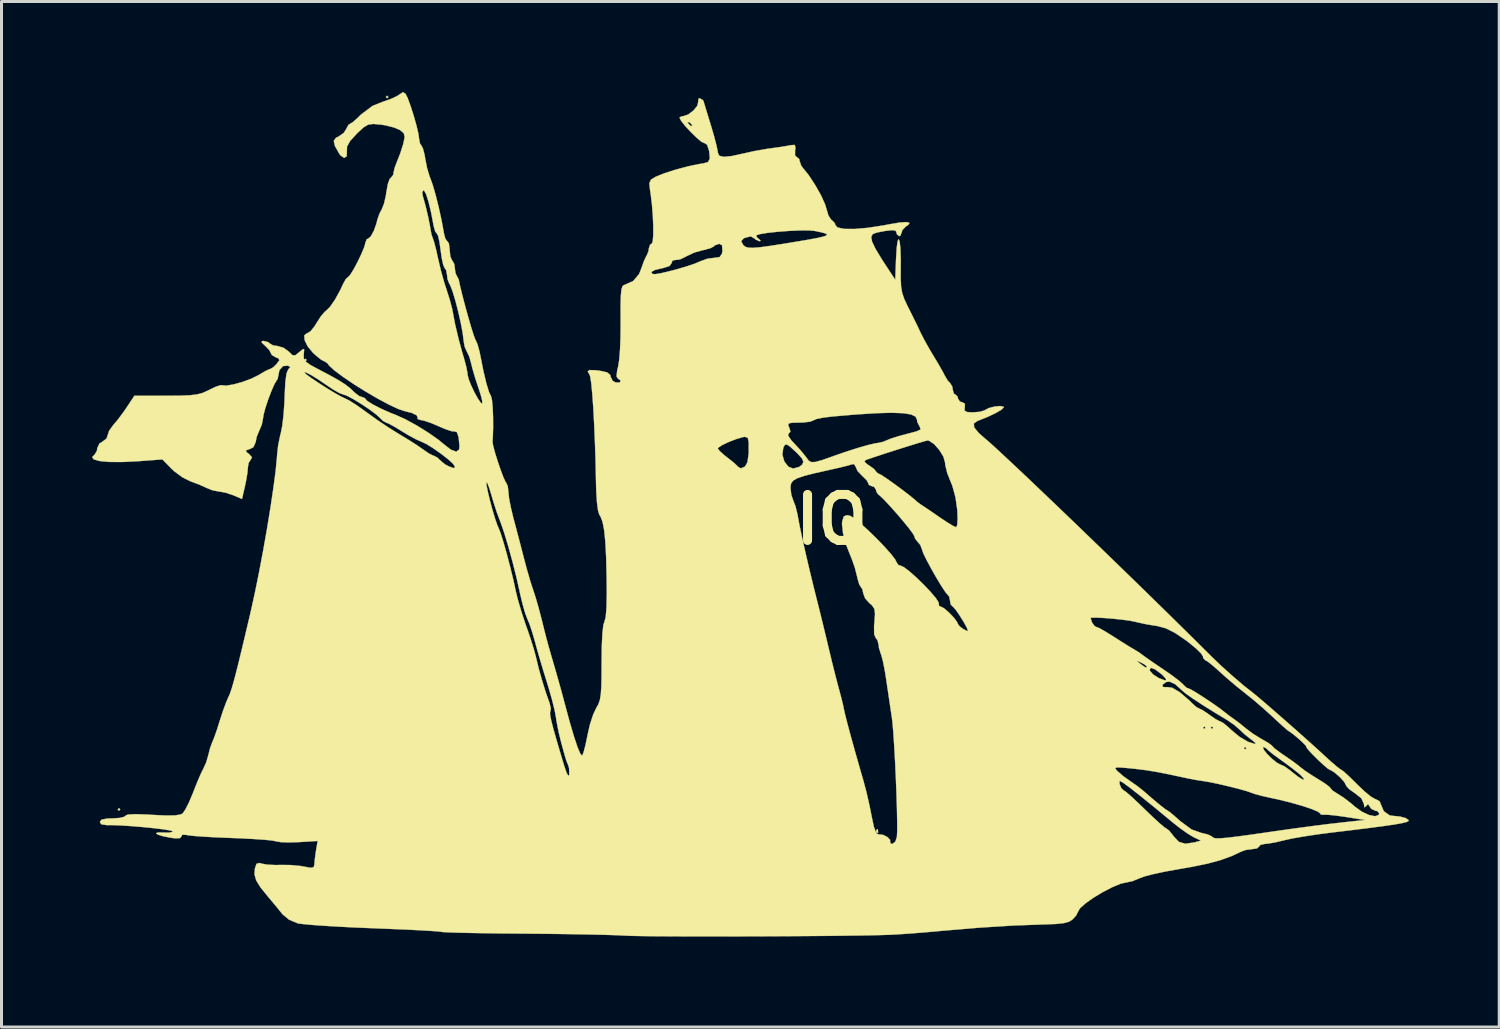
<source format=kicad_pcb>
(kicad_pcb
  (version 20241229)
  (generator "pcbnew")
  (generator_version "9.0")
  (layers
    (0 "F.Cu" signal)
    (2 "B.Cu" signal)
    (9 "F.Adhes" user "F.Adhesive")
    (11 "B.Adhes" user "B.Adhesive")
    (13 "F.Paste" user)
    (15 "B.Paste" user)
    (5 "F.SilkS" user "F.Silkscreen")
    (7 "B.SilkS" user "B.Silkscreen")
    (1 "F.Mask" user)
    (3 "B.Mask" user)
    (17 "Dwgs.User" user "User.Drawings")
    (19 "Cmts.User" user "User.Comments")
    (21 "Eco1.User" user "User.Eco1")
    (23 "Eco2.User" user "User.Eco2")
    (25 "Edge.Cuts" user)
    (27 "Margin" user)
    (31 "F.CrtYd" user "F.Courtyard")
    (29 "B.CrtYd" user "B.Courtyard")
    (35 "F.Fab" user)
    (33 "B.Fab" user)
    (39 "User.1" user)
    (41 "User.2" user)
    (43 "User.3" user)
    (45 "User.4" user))
  (footprint "Logo_IO"
    (layer "F.Cu")
    (at 21.257 14.178)
    (property "Reference" "Logo_IO" (at 0 0 0) (layer "F.SilkS") (effects (font (size 1.524 1.524) (thickness 0.3))))
    (attr through_hole)
    (fp_poly (pts (xy -20.32 9.61) (xy -20.362 9.652) (xy -20.405 9.61) (xy -20.362 9.567) (xy -20.32 9.61)) (stroke (width 0.01) (type solid)) (fill yes) (layer "F.SilkS"))
    (fp_poly (pts (xy -14.139 -5.292) (xy -14.182 -5.249) (xy -14.224 -5.292) (xy -14.182 -5.334) (xy -14.139 -5.292)) (stroke (width 0.01) (type solid)) (fill yes) (layer "F.SilkS"))
    (fp_poly (pts (xy -11.43 -14.012) (xy -11.472 -13.97) (xy -11.515 -14.012) (xy -11.472 -14.055) (xy -11.43 -14.012)) (stroke (width 0.01) (type solid)) (fill yes) (layer "F.SilkS"))
    (fp_poly (pts (xy 4.798 10.273) (xy 4.808 10.373) (xy 4.798 10.386) (xy 4.747 10.374) (xy 4.741 10.329) (xy 4.772 10.26) (xy 4.798 10.273)) (stroke (width 0.01) (type solid)) (fill yes) (layer "F.SilkS"))
    (fp_poly (pts (xy -10.86 -14.116) (xy -10.787 -13.969) (xy -10.693 -13.711) (xy -10.592 -13.394) (xy -10.501 -13.073) (xy -10.436 -12.801) (xy -10.414 -12.639) (xy -10.383 -12.472) (xy -10.339 -12.41) (xy -10.284 -12.305) (xy -10.229 -12.092) (xy -10.207 -11.96) (xy -10.147 -11.655) (xy -10.063 -11.374) (xy -10.033 -11.301) (xy -9.955 -11.082) (xy -9.859 -10.747) (xy -9.76 -10.348) (xy -9.669 -9.935) (xy -9.6 -9.561) (xy -9.591 -9.504) (xy -9.542 -9.317) (xy -9.479 -9.229) (xy -9.473 -9.229) (xy -9.423 -9.154) (xy -9.399 -8.972) (xy -9.398 -8.937) (xy -9.376 -8.726) (xy -9.321 -8.599) (xy -9.313 -8.594) (xy -9.246 -8.476) (xy -9.229 -8.349) (xy -9.205 -8.172) (xy -9.17 -8.097) (xy -9.1 -7.965) (xy -9.093 -7.935) (xy -9.044 -7.707) (xy -8.967 -7.393) (xy -8.872 -7.035) (xy -8.771 -6.672) (xy -8.676 -6.346) (xy -8.596 -6.097) (xy -8.545 -5.964) (xy -8.539 -5.956) (xy -8.477 -5.819) (xy -8.411 -5.582) (xy -8.383 -5.448) (xy -8.281 -4.935) (xy -8.183 -4.521) (xy -8.094 -4.229) (xy -8.027 -4.09) (xy -7.996 -3.97) (xy -7.973 -3.727) (xy -7.959 -3.409) (xy -7.957 -3.061) (xy -7.967 -2.731) (xy -7.978 -2.582) (xy -7.957 -2.449) (xy -7.894 -2.215) (xy -7.805 -1.93) (xy -7.706 -1.64) (xy -7.613 -1.395) (xy -7.542 -1.244) (xy -7.523 -1.22) (xy -7.472 -1.112) (xy -7.451 -0.919) (xy -7.429 -0.709) (xy -7.37 -0.402) (xy -7.289 -0.064) (xy -7.287 -0.056) (xy -7.183 0.333) (xy -7.062 0.793) (xy -6.949 1.231) (xy -6.939 1.27) (xy -6.839 1.645) (xy -6.737 1.999) (xy -6.652 2.268) (xy -6.635 2.316) (xy -6.556 2.557) (xy -6.457 2.897) (xy -6.359 3.268) (xy -6.343 3.332) (xy -6.258 3.674) (xy -6.189 3.944) (xy -6.12 4.198) (xy -6.036 4.491) (xy -5.923 4.878) (xy -5.889 4.995) (xy -5.793 5.332) (xy -5.681 5.735) (xy -5.596 6.054) (xy -5.426 6.683) (xy -5.279 7.184) (xy -5.158 7.547) (xy -5.066 7.764) (xy -5.007 7.825) (xy -5.002 7.821) (xy -4.956 7.706) (xy -4.895 7.472) (xy -4.832 7.168) (xy -4.825 7.133) (xy -4.745 6.784) (xy -4.64 6.463) (xy -4.537 6.244) (xy -4.467 6.12) (xy -4.418 5.979) (xy -4.387 5.792) (xy -4.369 5.525) (xy -4.362 5.146) (xy -4.36 4.734) (xy -4.354 4.19) (xy -4.334 3.773) (xy -4.303 3.495) (xy -4.266 3.379) (xy -4.225 3.233) (xy -4.199 2.923) (xy -4.189 2.45) (xy -4.193 1.947) (xy -4.209 1.273) (xy -4.236 0.748) (xy -4.275 0.356) (xy -4.328 0.078) (xy -4.398 -0.106) (xy -4.435 -0.161) (xy -4.478 -0.296) (xy -4.513 -0.559) (xy -4.537 -0.912) (xy -4.541 -1.058) (xy 1.901 -1.058) (xy 1.931 -0.812) (xy 1.994 -0.635) (xy 2.067 -0.446) (xy 2.133 -0.179) (xy 2.149 -0.089) (xy 2.201 0.191) (xy 2.287 0.598) (xy 2.399 1.097) (xy 2.528 1.649) (xy 2.666 2.22) (xy 2.789 2.709) (xy 2.88 3.071) (xy 2.992 3.528) (xy 3.107 4.007) (xy 3.171 4.276) (xy 3.274 4.703) (xy 3.377 5.116) (xy 3.466 5.461) (xy 3.512 5.63) (xy 3.59 5.921) (xy 3.651 6.176) (xy 3.668 6.265) (xy 3.71 6.451) (xy 3.79 6.767) (xy 3.902 7.183) (xy 4.036 7.666) (xy 4.184 8.187) (xy 4.314 8.636) (xy 4.416 9.018) (xy 4.518 9.463) (xy 4.589 9.821) (xy 4.668 10.19) (xy 4.746 10.392) (xy 4.81 10.434) (xy 4.964 10.449) (xy 5.117 10.525) (xy 5.207 10.621) (xy 5.204 10.672) (xy 5.224 10.743) (xy 5.277 10.753) (xy 5.378 10.678) (xy 5.43 10.52) (xy 5.44 10.329) (xy 5.439 10.002) (xy 5.431 9.573) (xy 5.415 9.075) (xy 5.403 8.762) (xy 12.81 8.762) (xy 12.867 8.899) (xy 12.943 8.974) (xy 12.948 8.975) (xy 13.03 9.031) (xy 13.204 9.182) (xy 13.442 9.404) (xy 13.654 9.61) (xy 13.925 9.87) (xy 14.153 10.078) (xy 14.311 10.21) (xy 14.368 10.245) (xy 14.455 10.309) (xy 14.582 10.466) (xy 14.605 10.499) (xy 14.778 10.684) (xy 14.993 10.747) (xy 15.298 10.701) (xy 15.313 10.697) (xy 15.512 10.643) (xy 15.27 10.529) (xy 15.077 10.414) (xy 14.818 10.231) (xy 14.594 10.055) (xy 13.989 9.555) (xy 13.508 9.165) (xy 13.152 8.886) (xy 12.923 8.718) (xy 12.82 8.661) (xy 12.815 8.662) (xy 12.81 8.762) (xy 5.403 8.762) (xy 5.394 8.543) (xy 5.38 8.242) (xy 12.667 8.242) (xy 12.71 8.305) (xy 12.754 8.35) (xy 12.941 8.51) (xy 13.167 8.671) (xy 13.167 8.671) (xy 13.395 8.83) (xy 13.589 8.983) (xy 13.886 9.24) (xy 14.14 9.453) (xy 14.325 9.597) (xy 14.411 9.652) (xy 14.412 9.652) (xy 14.489 9.705) (xy 14.651 9.842) (xy 14.818 9.992) (xy 15.198 10.272) (xy 15.512 10.384) (xy 15.734 10.438) (xy 15.874 10.505) (xy 15.888 10.52) (xy 15.929 10.552) (xy 16.015 10.568) (xy 16.167 10.566) (xy 16.408 10.545) (xy 16.756 10.502) (xy 17.234 10.437) (xy 17.738 10.364) (xy 18.519 10.253) (xy 19.179 10.164) (xy 19.765 10.09) (xy 20.321 10.027) (xy 20.362 10.023) (xy 20.955 9.959) (xy 20.282 9.853) (xy 19.96 9.809) (xy 19.703 9.785) (xy 19.556 9.785) (xy 19.541 9.789) (xy 19.476 9.771) (xy 19.473 9.75) (xy 19.396 9.686) (xy 19.186 9.596) (xy 18.875 9.492) (xy 18.497 9.384) (xy 18.085 9.282) (xy 17.827 9.227) (xy 17.535 9.161) (xy 17.298 9.097) (xy 17.192 9.059) (xy 17.038 9.005) (xy 16.769 8.929) (xy 16.437 8.845) (xy 16.094 8.765) (xy 15.791 8.702) (xy 15.584 8.668) (xy 15.372 8.636) (xy 15.083 8.581) (xy 14.944 8.551) (xy 14.429 8.441) (xy 14.025 8.362) (xy 13.679 8.306) (xy 13.338 8.264) (xy 13.176 8.247) (xy 12.873 8.22) (xy 12.712 8.216) (xy 12.667 8.242) (xy 5.38 8.242) (xy 5.369 8.008) (xy 5.345 7.578) (xy 16.933 7.578) (xy 16.976 7.62) (xy 17.018 7.578) (xy 16.99 7.55) (xy 17.568 7.55) (xy 17.592 7.63) (xy 17.706 7.771) (xy 17.867 7.929) (xy 18.031 8.061) (xy 18.153 8.126) (xy 18.164 8.128) (xy 18.277 8.179) (xy 18.459 8.308) (xy 18.545 8.379) (xy 18.739 8.53) (xy 18.887 8.619) (xy 18.923 8.63) (xy 18.92 8.583) (xy 18.812 8.467) (xy 18.754 8.416) (xy 18.53 8.239) (xy 18.251 8.032) (xy 18.119 7.938) (xy 17.895 7.775) (xy 17.731 7.64) (xy 17.679 7.586) (xy 17.592 7.537) (xy 17.568 7.55) (xy 16.99 7.55) (xy 16.976 7.535) (xy 16.933 7.578) (xy 5.345 7.578) (xy 5.341 7.505) (xy 5.312 7.067) (xy 5.298 6.9) (xy 15.579 6.9) (xy 15.621 6.943) (xy 15.663 6.9) (xy 15.833 6.9) (xy 15.875 6.943) (xy 15.917 6.9) (xy 15.875 6.858) (xy 15.833 6.9) (xy 15.663 6.9) (xy 15.621 6.858) (xy 15.579 6.9) (xy 5.298 6.9) (xy 5.283 6.727) (xy 5.263 6.562) (xy 5.212 6.224) (xy 5.15 5.803) (xy 5.112 5.546) (xy 14.24 5.546) (xy 14.351 5.558) (xy 14.375 5.551) (xy 14.558 5.575) (xy 14.812 5.725) (xy 15.116 5.987) (xy 15.203 6.075) (xy 15.351 6.209) (xy 15.453 6.265) (xy 15.453 6.265) (xy 15.557 6.313) (xy 15.735 6.43) (xy 15.798 6.477) (xy 15.989 6.61) (xy 16.127 6.684) (xy 16.15 6.689) (xy 16.25 6.743) (xy 16.417 6.881) (xy 16.505 6.964) (xy 16.785 7.197) (xy 17.069 7.366) (xy 17.301 7.439) (xy 17.314 7.439) (xy 17.315 7.402) (xy 17.201 7.307) (xy 17.187 7.298) (xy 16.965 7.123) (xy 16.806 6.974) (xy 16.611 6.803) (xy 16.374 6.64) (xy 16.365 6.635) (xy 15.96 6.392) (xy 15.578 6.153) (xy 15.251 5.939) (xy 15.011 5.77) (xy 14.901 5.678) (xy 14.658 5.457) (xy 14.471 5.371) (xy 14.362 5.384) (xy 14.242 5.468) (xy 14.24 5.546) (xy 5.112 5.546) (xy 5.088 5.383) (xy 5.081 5.334) (xy 5.025 4.986) (xy 5.022 4.969) (xy 13.811 4.969) (xy 13.821 5.016) (xy 13.922 5.131) (xy 14.105 5.249) (xy 14.293 5.323) (xy 14.351 5.33) (xy 14.351 5.282) (xy 14.245 5.163) (xy 14.198 5.12) (xy 13.995 4.967) (xy 13.858 4.914) (xy 13.811 4.969) (xy 5.022 4.969) (xy 4.966 4.692) (xy 4.963 4.68) (xy 13.396 4.68) (xy 13.41 4.706) (xy 13.499 4.779) (xy 13.65 4.89) (xy 13.71 4.9) (xy 13.716 4.871) (xy 13.65 4.809) (xy 13.525 4.74) (xy 13.396 4.68) (xy 4.963 4.68) (xy 4.915 4.499) (xy 4.902 4.467) (xy 4.835 4.252) (xy 4.826 4.155) (xy 4.782 3.989) (xy 4.731 3.93) (xy 4.676 3.802) (xy 4.673 3.525) (xy 4.684 3.405) (xy 4.704 3.128) (xy 4.683 2.96) (xy 4.607 2.845) (xy 4.525 2.775) (xy 4.377 2.611) (xy 4.318 2.454) (xy 4.282 2.298) (xy 4.243 2.25) (xy 4.18 2.143) (xy 4.12 1.938) (xy 4.109 1.885) (xy 4.036 1.593) (xy 3.941 1.323) (xy 3.936 1.312) (xy 3.757 0.86) (xy 3.645 0.457) (xy 3.609 0.143) (xy 3.617 0.056) (xy 3.672 -0.11) (xy 3.779 -0.147) (xy 3.871 -0.13) (xy 4.007 -0.052) (xy 4.218 0.119) (xy 4.475 0.352) (xy 4.749 0.619) (xy 5.01 0.889) (xy 5.228 1.133) (xy 5.374 1.322) (xy 5.419 1.417) (xy 5.487 1.511) (xy 5.55 1.524) (xy 5.668 1.58) (xy 5.858 1.726) (xy 6.089 1.932) (xy 6.332 2.169) (xy 6.554 2.404) (xy 6.725 2.607) (xy 6.815 2.749) (xy 6.819 2.789) (xy 6.831 2.869) (xy 6.876 2.879) (xy 6.991 2.938) (xy 7.156 3.079) (xy 7.32 3.252) (xy 7.431 3.403) (xy 7.451 3.46) (xy 7.514 3.542) (xy 7.62 3.621) (xy 7.749 3.69) (xy 7.789 3.694) (xy 7.748 3.582) (xy 7.645 3.394) (xy 7.563 3.262) (xy 11.853 3.262) (xy 11.895 3.403) (xy 11.982 3.527) (xy 12.036 3.556) (xy 12.143 3.599) (xy 12.345 3.713) (xy 12.598 3.87) (xy 12.876 4.048) (xy 13.121 4.201) (xy 13.267 4.287) (xy 13.459 4.404) (xy 13.564 4.481) (xy 13.683 4.569) (xy 13.902 4.721) (xy 14.18 4.91) (xy 14.266 4.968) (xy 14.548 5.163) (xy 14.775 5.335) (xy 14.91 5.454) (xy 14.927 5.475) (xy 15.035 5.576) (xy 15.079 5.588) (xy 15.179 5.633) (xy 15.376 5.749) (xy 15.627 5.91) (xy 15.893 6.088) (xy 16.132 6.256) (xy 16.302 6.388) (xy 16.307 6.392) (xy 16.451 6.504) (xy 16.592 6.604) (xy 16.792 6.752) (xy 17.005 6.927) (xy 17.236 7.1) (xy 17.507 7.267) (xy 17.539 7.284) (xy 17.74 7.401) (xy 17.864 7.493) (xy 17.878 7.512) (xy 17.96 7.592) (xy 18.139 7.727) (xy 18.288 7.829) (xy 18.533 7.997) (xy 18.736 8.149) (xy 18.809 8.21) (xy 18.958 8.324) (xy 19.194 8.48) (xy 19.379 8.594) (xy 19.609 8.739) (xy 19.766 8.856) (xy 19.81 8.909) (xy 19.879 8.987) (xy 20.041 9.09) (xy 20.045 9.092) (xy 20.246 9.221) (xy 20.494 9.412) (xy 20.616 9.518) (xy 20.846 9.684) (xy 21.08 9.793) (xy 21.279 9.834) (xy 21.401 9.796) (xy 21.421 9.737) (xy 21.352 9.662) (xy 21.291 9.652) (xy 21.151 9.583) (xy 21.11 9.518) (xy 21.052 9.432) (xy 20.987 9.497) (xy 20.932 9.543) (xy 20.914 9.431) (xy 20.914 9.428) (xy 20.831 9.241) (xy 20.616 9.071) (xy 20.43 8.94) (xy 20.327 8.828) (xy 20.32 8.804) (xy 20.26 8.695) (xy 20.119 8.54) (xy 19.952 8.393) (xy 19.815 8.306) (xy 19.789 8.3) (xy 19.707 8.248) (xy 19.557 8.119) (xy 19.376 7.949) (xy 19.199 7.772) (xy 19.063 7.625) (xy 19.004 7.542) (xy 19.008 7.535) (xy 18.98 7.486) (xy 18.856 7.362) (xy 18.767 7.281) (xy 18.587 7.129) (xy 18.466 7.039) (xy 18.442 7.027) (xy 18.369 6.973) (xy 18.204 6.83) (xy 17.98 6.624) (xy 17.903 6.551) (xy 17.595 6.271) (xy 17.265 5.987) (xy 16.983 5.76) (xy 16.976 5.755) (xy 16.671 5.511) (xy 16.336 5.226) (xy 16.136 5.045) (xy 15.915 4.849) (xy 15.74 4.709) (xy 15.649 4.657) (xy 15.585 4.588) (xy 15.579 4.538) (xy 15.514 4.436) (xy 15.343 4.268) (xy 15.098 4.066) (xy 15.007 3.998) (xy 14.646 3.753) (xy 14.349 3.604) (xy 14.064 3.528) (xy 14.012 3.52) (xy 13.704 3.47) (xy 13.423 3.41) (xy 13.335 3.387) (xy 13.164 3.353) (xy 12.904 3.318) (xy 12.601 3.286) (xy 12.3 3.262) (xy 12.046 3.249) (xy 11.886 3.251) (xy 11.853 3.262) (xy 7.563 3.262) (xy 7.513 3.181) (xy 7.384 2.995) (xy 7.292 2.888) (xy 7.274 2.879) (xy 7.211 2.808) (xy 7.197 2.714) (xy 7.165 2.557) (xy 7.126 2.507) (xy 7.041 2.407) (xy 6.903 2.198) (xy 6.737 1.923) (xy 6.566 1.623) (xy 6.415 1.341) (xy 6.306 1.118) (xy 6.265 0.996) (xy 6.205 0.837) (xy 6.138 0.762) (xy 6.031 0.626) (xy 6.011 0.556) (xy 5.958 0.459) (xy 5.818 0.272) (xy 5.621 0.031) (xy 5.396 -0.233) (xy 5.171 -0.483) (xy 4.978 -0.688) (xy 4.844 -0.812) (xy 4.812 -0.833) (xy 4.747 -0.93) (xy 4.741 -0.981) (xy 4.673 -1.087) (xy 4.614 -1.101) (xy 4.502 -1.151) (xy 4.487 -1.194) (xy 4.427 -1.308) (xy 4.28 -1.451) (xy 4.276 -1.454) (xy 4.127 -1.61) (xy 4.064 -1.75) (xy 4.064 -1.751) (xy 4.01 -1.841) (xy 3.934 -1.831) (xy 3.79 -1.789) (xy 3.534 -1.725) (xy 3.218 -1.654) (xy 3.193 -1.648) (xy 2.703 -1.539) (xy 2.355 -1.45) (xy 2.125 -1.371) (xy 1.989 -1.292) (xy 1.923 -1.2) (xy 1.902 -1.085) (xy 1.901 -1.058) (xy -4.541 -1.058) (xy -4.544 -1.135) (xy -4.559 -1.853) (xy -4.575 -2.359) (xy -0.508 -2.359) (xy -0.446 -2.274) (xy -0.289 -2.134) (xy -0.191 -2.057) (xy 0.004 -1.904) (xy 0.132 -1.787) (xy 0.155 -1.757) (xy 0.253 -1.698) (xy 0.394 -1.758) (xy 0.474 -1.901) (xy 0.511 -2.159) (xy 1.632 -2.159) (xy 1.697 -1.928) (xy 1.832 -1.754) (xy 1.99 -1.693) (xy 2.189 -1.747) (xy 2.287 -1.821) (xy 2.33 -1.916) (xy 2.283 -2.029) (xy 2.127 -2.199) (xy 2.068 -2.255) (xy 1.878 -2.429) (xy 1.771 -2.496) (xy 1.709 -2.47) (xy 1.664 -2.384) (xy 1.632 -2.159) (xy 0.511 -2.159) (xy 0.516 -2.19) (xy 0.517 -2.553) (xy 0.487 -2.713) (xy 0.385 -2.746) (xy 0.318 -2.734) (xy 0.082 -2.663) (xy -0.167 -2.565) (xy -0.377 -2.463) (xy -0.497 -2.38) (xy -0.508 -2.359) (xy -4.575 -2.359) (xy -4.581 -2.539) (xy -4.591 -2.78) (xy 1.825 -2.78) (xy 1.938 -2.619) (xy 2.02 -2.532) (xy 2.222 -2.314) (xy 2.391 -2.109) (xy 2.433 -2.051) (xy 2.508 -1.954) (xy 2.595 -1.906) (xy 2.727 -1.911) (xy 2.788 -1.928) (xy 4.349 -1.928) (xy 4.437 -1.841) (xy 4.509 -1.795) (xy 4.67 -1.68) (xy 4.741 -1.592) (xy 4.741 -1.589) (xy 4.807 -1.526) (xy 4.828 -1.524) (xy 4.92 -1.476) (xy 5.106 -1.352) (xy 5.349 -1.18) (xy 5.61 -0.987) (xy 5.85 -0.803) (xy 6.032 -0.654) (xy 6.096 -0.595) (xy 6.197 -0.517) (xy 6.275 -0.466) (xy 6.414 -0.374) (xy 6.639 -0.221) (xy 6.866 -0.064) (xy 7.111 0.099) (xy 7.303 0.214) (xy 7.397 0.254) (xy 7.43 0.177) (xy 7.443 -0.025) (xy 7.433 -0.309) (xy 7.432 -0.318) (xy 7.373 -0.738) (xy 7.268 -1.123) (xy 7.209 -1.265) (xy 7.099 -1.544) (xy 7.034 -1.807) (xy 7.027 -1.891) (xy 6.973 -2.086) (xy 6.837 -2.308) (xy 6.665 -2.503) (xy 6.498 -2.615) (xy 6.447 -2.625) (xy 6.348 -2.6) (xy 6.123 -2.534) (xy 5.81 -2.437) (xy 5.444 -2.322) (xy 5.06 -2.199) (xy 4.696 -2.079) (xy 4.403 -1.98) (xy 4.349 -1.928) (xy 2.788 -1.928) (xy 2.942 -1.971) (xy 3.274 -2.087) (xy 3.344 -2.113) (xy 3.737 -2.249) (xy 4.122 -2.372) (xy 4.457 -2.469) (xy 4.703 -2.528) (xy 4.795 -2.54) (xy 4.969 -2.578) (xy 5.06 -2.616) (xy 5.236 -2.687) (xy 5.485 -2.766) (xy 5.546 -2.783) (xy 5.816 -2.855) (xy 6.05 -2.917) (xy 6.083 -2.926) (xy 6.215 -2.988) (xy 6.192 -3.071) (xy 6.189 -3.073) (xy 6.106 -3.236) (xy 6.096 -3.314) (xy 6.049 -3.415) (xy 5.899 -3.487) (xy 5.637 -3.529) (xy 5.25 -3.543) (xy 4.729 -3.528) (xy 4.062 -3.485) (xy 3.279 -3.418) (xy 2.984 -3.381) (xy 2.762 -3.335) (xy 2.66 -3.291) (xy 2.66 -3.291) (xy 2.556 -3.248) (xy 2.341 -3.222) (xy 2.193 -3.217) (xy 1.947 -3.212) (xy 1.837 -3.184) (xy 1.829 -3.118) (xy 1.859 -3.055) (xy 1.901 -2.912) (xy 1.841 -2.856) (xy 1.825 -2.78) (xy -4.591 -2.78) (xy -4.608 -3.171) (xy -4.638 -3.73) (xy -4.672 -4.194) (xy -4.706 -4.542) (xy -4.741 -4.754) (xy -4.761 -4.807) (xy -4.821 -4.911) (xy -4.764 -4.958) (xy -4.57 -4.954) (xy -4.422 -4.936) (xy -4.181 -4.883) (xy -4.075 -4.799) (xy -4.064 -4.74) (xy -3.993 -4.601) (xy -3.895 -4.547) (xy -3.759 -4.548) (xy -3.726 -4.609) (xy -3.818 -4.674) (xy -3.866 -4.75) (xy -3.845 -4.942) (xy -3.814 -5.064) (xy -3.778 -5.291) (xy -3.75 -5.643) (xy -3.733 -6.078) (xy -3.73 -6.552) (xy -3.73 -6.583) (xy -3.732 -7.068) (xy -3.724 -7.406) (xy -3.704 -7.621) (xy -3.67 -7.736) (xy -3.629 -7.771) (xy -3.314 -7.909) (xy -3.117 -8.144) (xy -3.094 -8.202) (xy -2.709 -8.202) (xy -2.685 -8.15) (xy -2.595 -8.137) (xy -2.411 -8.165) (xy -2.107 -8.237) (xy -1.888 -8.294) (xy -1.559 -8.39) (xy -1.273 -8.486) (xy -1.089 -8.564) (xy -1.083 -8.567) (xy -0.85 -8.651) (xy -0.635 -8.678) (xy -0.449 -8.704) (xy -0.371 -8.814) (xy -0.354 -8.911) (xy -0.366 -9.093) (xy -0.455 -9.144) (xy -0.599 -9.099) (xy -0.63 -9.067) (xy -0.738 -9.004) (xy -0.945 -8.945) (xy -1 -8.935) (xy -1.288 -8.854) (xy -1.548 -8.732) (xy -1.562 -8.723) (xy -1.758 -8.628) (xy -1.909 -8.608) (xy -1.917 -8.61) (xy -2.016 -8.586) (xy -2.032 -8.519) (xy -2.106 -8.409) (xy -2.336 -8.336) (xy -2.371 -8.33) (xy -2.582 -8.28) (xy -2.7 -8.22) (xy -2.709 -8.202) (xy -3.094 -8.202) (xy -3.044 -8.327) (xy -2.96 -8.563) (xy -2.884 -8.729) (xy -2.864 -8.759) (xy -2.803 -8.908) (xy -2.794 -8.992) (xy -2.751 -9.12) (xy -2.701 -9.144) (xy -2.665 -9.222) (xy -2.665 -9.232) (xy 0.267 -9.232) (xy 0.329 -9.114) (xy 0.331 -9.111) (xy 0.395 -9.053) (xy 0.489 -9.019) (xy 0.639 -9.01) (xy 0.868 -9.027) (xy 1.204 -9.072) (xy 1.671 -9.145) (xy 1.905 -9.183) (xy 2.432 -9.271) (xy 2.802 -9.339) (xy 3.026 -9.393) (xy 3.116 -9.438) (xy 3.083 -9.48) (xy 2.937 -9.523) (xy 2.692 -9.574) (xy 2.489 -9.59) (xy 2.188 -9.588) (xy 1.833 -9.571) (xy 1.469 -9.543) (xy 1.139 -9.507) (xy 0.89 -9.466) (xy 0.765 -9.425) (xy 0.764 -9.424) (xy 0.789 -9.358) (xy 0.849 -9.31) (xy 0.913 -9.244) (xy 0.873 -9.23) (xy 0.738 -9.29) (xy 0.72 -9.313) (xy 0.584 -9.392) (xy 0.383 -9.341) (xy 0.344 -9.318) (xy 0.267 -9.232) (xy -2.665 -9.232) (xy -2.648 -9.43) (xy -2.648 -9.731) (xy -2.663 -10.087) (xy -2.693 -10.461) (xy -2.736 -10.814) (xy -2.756 -10.937) (xy -2.778 -11.15) (xy -2.725 -11.271) (xy -2.57 -11.366) (xy -2.281 -11.483) (xy -1.896 -11.606) (xy -1.485 -11.715) (xy -1.12 -11.791) (xy -0.995 -11.809) (xy -0.833 -11.854) (xy -0.772 -11.97) (xy -0.792 -12.198) (xy -0.797 -12.227) (xy -0.862 -12.427) (xy -0.947 -12.486) (xy -0.956 -12.484) (xy -1.048 -12.526) (xy -1.209 -12.66) (xy -1.4 -12.846) (xy -1.585 -13.046) (xy -1.694 -13.184) (xy -1.51 -13.184) (xy -1.49 -13.136) (xy -1.405 -13.046) (xy -1.355 -13.064) (xy -1.355 -13.076) (xy -1.415 -13.148) (xy -1.452 -13.174) (xy -1.51 -13.184) (xy -1.694 -13.184) (xy -1.723 -13.22) (xy -1.778 -13.329) (xy -1.778 -13.33) (xy -1.709 -13.372) (xy -1.652 -13.377) (xy -1.488 -13.432) (xy -1.316 -13.563) (xy -1.188 -13.72) (xy -1.158 -13.851) (xy -1.158 -13.853) (xy -1.148 -13.955) (xy -1.107 -13.97) (xy -0.997 -13.903) (xy -0.979 -13.864) (xy -0.941 -13.739) (xy -0.867 -13.496) (xy -0.77 -13.179) (xy -0.727 -13.039) (xy -0.628 -12.698) (xy -0.552 -12.406) (xy -0.511 -12.211) (xy -0.508 -12.171) (xy -0.463 -12.066) (xy -0.317 -12.027) (xy -0.05 -12.053) (xy 0.342 -12.139) (xy 0.714 -12.221) (xy 1.117 -12.292) (xy 1.27 -12.313) (xy 1.566 -12.354) (xy 1.817 -12.395) (xy 1.916 -12.415) (xy 2.042 -12.424) (xy 2.068 -12.332) (xy 2.054 -12.241) (xy 2.053 -12.074) (xy 2.107 -12.023) (xy 2.192 -11.955) (xy 2.201 -11.902) (xy 2.256 -11.739) (xy 2.307 -11.668) (xy 2.509 -11.417) (xy 2.72 -11.095) (xy 2.911 -10.757) (xy 3.048 -10.457) (xy 3.095 -10.301) (xy 3.16 -10.082) (xy 3.249 -9.945) (xy 3.27 -9.933) (xy 3.376 -9.823) (xy 3.387 -9.77) (xy 3.465 -9.684) (xy 3.686 -9.639) (xy 4.027 -9.636) (xy 4.468 -9.675) (xy 4.986 -9.755) (xy 5.155 -9.787) (xy 5.517 -9.849) (xy 5.753 -9.865) (xy 5.851 -9.837) (xy 5.8 -9.766) (xy 5.735 -9.726) (xy 5.612 -9.602) (xy 5.588 -9.521) (xy 5.541 -9.411) (xy 5.503 -9.398) (xy 5.426 -9.466) (xy 5.419 -9.513) (xy 5.388 -9.578) (xy 5.278 -9.598) (xy 5.058 -9.574) (xy 4.763 -9.518) (xy 4.631 -9.468) (xy 4.578 -9.373) (xy 4.607 -9.214) (xy 4.725 -8.97) (xy 4.937 -8.621) (xy 5.081 -8.4) (xy 5.376 -7.953) (xy 5.401 -8.633) (xy 5.424 -9.015) (xy 5.455 -9.235) (xy 5.49 -9.3) (xy 5.522 -9.218) (xy 5.546 -8.994) (xy 5.558 -8.637) (xy 5.557 -8.433) (xy 5.555 -8.026) (xy 5.568 -7.738) (xy 5.605 -7.516) (xy 5.676 -7.309) (xy 5.79 -7.066) (xy 5.817 -7.014) (xy 5.977 -6.693) (xy 6.127 -6.386) (xy 6.224 -6.181) (xy 6.345 -5.945) (xy 6.515 -5.643) (xy 6.649 -5.419) (xy 6.814 -5.144) (xy 6.951 -4.903) (xy 7.019 -4.771) (xy 7.12 -4.604) (xy 7.191 -4.533) (xy 7.267 -4.41) (xy 7.281 -4.313) (xy 7.318 -4.178) (xy 7.366 -4.149) (xy 7.441 -4.08) (xy 7.451 -4.022) (xy 7.519 -3.912) (xy 7.588 -3.895) (xy 7.686 -3.843) (xy 7.68 -3.725) (xy 7.674 -3.614) (xy 7.76 -3.566) (xy 7.95 -3.556) (xy 8.177 -3.574) (xy 8.331 -3.62) (xy 8.344 -3.629) (xy 8.478 -3.699) (xy 8.669 -3.748) (xy 8.853 -3.766) (xy 8.965 -3.745) (xy 8.975 -3.725) (xy 8.902 -3.648) (xy 8.71 -3.535) (xy 8.441 -3.407) (xy 8.134 -3.284) (xy 8.107 -3.275) (xy 7.981 -3.188) (xy 7.993 -3.056) (xy 8.147 -2.868) (xy 8.361 -2.682) (xy 8.533 -2.533) (xy 8.812 -2.278) (xy 9.185 -1.93) (xy 9.639 -1.503) (xy 10.159 -1.008) (xy 10.734 -0.459) (xy 11.349 0.131) (xy 11.99 0.75) (xy 12.645 1.384) (xy 13.301 2.021) (xy 13.943 2.647) (xy 14.558 3.25) (xy 15.134 3.817) (xy 15.655 4.335) (xy 15.833 4.512) (xy 16.172 4.838) (xy 16.559 5.186) (xy 16.936 5.508) (xy 17.23 5.739) (xy 17.365 5.849) (xy 17.599 6.047) (xy 17.903 6.31) (xy 18.251 6.614) (xy 18.614 6.933) (xy 18.965 7.245) (xy 19.276 7.524) (xy 19.52 7.746) (xy 19.558 7.782) (xy 19.809 8.011) (xy 20.014 8.187) (xy 20.141 8.285) (xy 20.165 8.296) (xy 20.246 8.353) (xy 20.412 8.504) (xy 20.631 8.718) (xy 20.695 8.783) (xy 20.935 9.012) (xy 21.145 9.183) (xy 21.288 9.266) (xy 21.308 9.27) (xy 21.435 9.341) (xy 21.469 9.423) (xy 21.572 9.667) (xy 21.768 9.806) (xy 21.876 9.822) (xy 22.112 9.845) (xy 22.302 9.897) (xy 22.396 9.963) (xy 22.394 9.991) (xy 22.335 10.024) (xy 22.189 10.061) (xy 21.94 10.106) (xy 21.574 10.16) (xy 21.079 10.225) (xy 20.439 10.304) (xy 19.853 10.374) (xy 19.389 10.434) (xy 18.939 10.502) (xy 18.554 10.569) (xy 18.287 10.627) (xy 18.287 10.627) (xy 17.993 10.697) (xy 17.739 10.742) (xy 17.632 10.752) (xy 17.483 10.784) (xy 17.441 10.837) (xy 17.369 10.901) (xy 17.229 10.922) (xy 17.001 10.952) (xy 16.869 10.997) (xy 16.521 11.158) (xy 16.157 11.29) (xy 15.738 11.404) (xy 15.221 11.511) (xy 14.715 11.599) (xy 14.298 11.674) (xy 13.919 11.756) (xy 13.625 11.834) (xy 13.47 11.892) (xy 13.248 11.984) (xy 13.066 12.024) (xy 13.064 12.025) (xy 12.855 12.069) (xy 12.575 12.185) (xy 12.26 12.347) (xy 11.95 12.534) (xy 11.684 12.722) (xy 11.498 12.889) (xy 11.433 13.004) (xy 11.373 13.125) (xy 11.259 13.252) (xy 11.142 13.329) (xy 10.969 13.378) (xy 10.704 13.407) (xy 10.309 13.422) (xy 10.264 13.423) (xy 9.291 13.458) (xy 8.179 13.528) (xy 6.915 13.634) (xy 6.773 13.648) (xy 6.309 13.689) (xy 5.837 13.726) (xy 5.421 13.753) (xy 5.207 13.765) (xy 4.877 13.775) (xy 4.416 13.785) (xy 3.846 13.793) (xy 3.187 13.801) (xy 2.463 13.807) (xy 1.694 13.812) (xy 0.903 13.816) (xy 0.113 13.818) (xy -0.657 13.819) (xy -1.382 13.819) (xy -2.042 13.816) (xy -2.615 13.813) (xy -3.079 13.807) (xy -3.411 13.8) (xy -3.56 13.793) (xy -3.829 13.78) (xy -4.24 13.767) (xy -4.763 13.755) (xy -5.37 13.744) (xy -6.034 13.735) (xy -6.726 13.728) (xy -6.94 13.726) (xy -7.595 13.721) (xy -8.195 13.713) (xy -8.719 13.704) (xy -9.148 13.695) (xy -9.459 13.684) (xy -9.631 13.674) (xy -9.659 13.669) (xy -9.758 13.656) (xy -10.002 13.638) (xy -10.37 13.616) (xy -10.837 13.593) (xy -11.381 13.57) (xy -11.91 13.549) (xy -12.521 13.524) (xy -13.094 13.495) (xy -13.6 13.464) (xy -14.013 13.434) (xy -14.306 13.405) (xy -14.436 13.385) (xy -14.723 13.265) (xy -14.94 13.086) (xy -14.944 13.081) (xy -15.099 12.887) (xy -15.306 12.638) (xy -15.418 12.505) (xy -15.669 12.195) (xy -15.813 11.961) (xy -15.869 11.764) (xy -15.857 11.575) (xy -15.804 11.413) (xy -15.705 11.384) (xy -15.632 11.406) (xy -15.444 11.44) (xy -15.167 11.453) (xy -15.011 11.449) (xy -14.673 11.452) (xy -14.339 11.484) (xy -14.228 11.504) (xy -14.009 11.544) (xy -13.909 11.526) (xy -13.884 11.442) (xy -13.87 11.269) (xy -13.837 11.024) (xy -13.83 10.979) (xy -13.776 10.654) (xy -14.402 10.693) (xy -14.726 10.703) (xy -14.992 10.694) (xy -15.148 10.669) (xy -15.155 10.666) (xy -15.28 10.641) (xy -15.542 10.614) (xy -15.91 10.589) (xy -16.351 10.566) (xy -16.638 10.555) (xy -17.11 10.536) (xy -17.529 10.513) (xy -17.864 10.489) (xy -18.081 10.465) (xy -18.141 10.452) (xy -18.265 10.447) (xy -18.288 10.5) (xy -18.343 10.563) (xy -18.524 10.565) (xy -18.64 10.549) (xy -18.914 10.494) (xy -19.084 10.439) (xy -19.134 10.394) (xy -19.048 10.372) (xy -18.892 10.376) (xy -18.686 10.378) (xy -18.583 10.351) (xy -18.581 10.334) (xy -18.676 10.304) (xy -18.901 10.267) (xy -19.217 10.229) (xy -19.585 10.192) (xy -19.968 10.161) (xy -20.326 10.138) (xy -20.62 10.128) (xy -20.765 10.13) (xy -20.949 10.102) (xy -20.997 10.024) (xy -20.941 9.948) (xy -20.758 9.912) (xy -20.574 9.906) (xy -20.331 9.89) (xy -20.178 9.85) (xy -20.151 9.819) (xy -20.067 9.779) (xy -19.817 9.766) (xy -19.402 9.78) (xy -19.264 9.789) (xy -18.813 9.811) (xy -18.505 9.807) (xy -18.32 9.777) (xy -18.253 9.743) (xy -18.164 9.617) (xy -18.043 9.379) (xy -17.915 9.077) (xy -17.898 9.032) (xy -17.772 8.714) (xy -17.655 8.44) (xy -17.569 8.266) (xy -17.563 8.255) (xy -17.472 8.053) (xy -17.398 7.8) (xy -17.397 7.792) (xy -17.335 7.554) (xy -17.268 7.376) (xy -17.264 7.369) (xy -17.204 7.224) (xy -17.116 6.972) (xy -17.027 6.689) (xy -16.921 6.361) (xy -16.811 6.063) (xy -16.734 5.884) (xy -16.685 5.775) (xy -16.631 5.618) (xy -16.565 5.395) (xy -16.484 5.089) (xy -16.382 4.682) (xy -16.255 4.156) (xy -16.098 3.493) (xy -15.993 3.048) (xy -15.857 2.431) (xy -15.718 1.745) (xy -15.581 1.02) (xy -15.452 0.289) (xy -15.337 -0.416) (xy -15.241 -1.062) (xy -15.216 -1.248) (xy -8.178 -1.248) (xy -8.177 -1.152) (xy -8.137 -0.94) (xy -8.069 -0.656) (xy -7.986 -0.345) (xy -7.899 -0.052) (xy -7.82 0.178) (xy -7.779 0.273) (xy -7.709 0.448) (xy -7.615 0.749) (xy -7.505 1.136) (xy -7.392 1.57) (xy -7.284 2.013) (xy -7.197 2.413) (xy -7.126 2.694) (xy -7.016 3.065) (xy -6.887 3.456) (xy -6.851 3.556) (xy -6.724 3.926) (xy -6.613 4.279) (xy -6.538 4.554) (xy -6.524 4.614) (xy -6.445 4.941) (xy -6.33 5.347) (xy -6.203 5.754) (xy -6.087 6.081) (xy -6.045 6.262) (xy -6.06 6.36) (xy -6.072 6.413) (xy -6.061 6.518) (xy -6.023 6.695) (xy -5.953 6.963) (xy -5.845 7.343) (xy -5.694 7.855) (xy -5.606 8.148) (xy -5.521 8.397) (xy -5.461 8.498) (xy -5.433 8.459) (xy -5.439 8.244) (xy -5.467 8.143) (xy -5.507 8.049) (xy -5.541 7.955) (xy -5.583 7.815) (xy -5.647 7.585) (xy -5.706 7.366) (xy -5.788 7.03) (xy -5.853 6.697) (xy -5.874 6.553) (xy -5.918 6.318) (xy -6.002 5.979) (xy -6.111 5.594) (xy -6.168 5.41) (xy -6.299 4.987) (xy -6.429 4.55) (xy -6.536 4.172) (xy -6.564 4.064) (xy -6.657 3.742) (xy -6.753 3.455) (xy -6.823 3.29) (xy -6.895 3.1) (xy -6.98 2.802) (xy -7.063 2.457) (xy -7.074 2.401) (xy -7.182 1.921) (xy -7.313 1.401) (xy -7.453 0.89) (xy -7.591 0.434) (xy -7.712 0.082) (xy -7.744 0) (xy -7.838 -0.252) (xy -7.944 -0.578) (xy -8.006 -0.789) (xy -8.083 -1.042) (xy -8.146 -1.207) (xy -8.178 -1.248) (xy -15.216 -1.248) (xy -15.168 -1.618) (xy -15.126 -2.051) (xy -15.119 -2.159) (xy -15.084 -2.468) (xy -15.015 -2.801) (xy -14.997 -2.865) (xy -14.948 -3.114) (xy -14.906 -3.472) (xy -14.877 -3.879) (xy -14.87 -4.078) (xy -14.848 -4.539) (xy -14.809 -4.838) (xy -14.791 -4.884) (xy -14.224 -4.884) (xy -14.157 -4.818) (xy -13.984 -4.692) (xy -13.742 -4.53) (xy -13.471 -4.357) (xy -13.21 -4.198) (xy -12.997 -4.079) (xy -12.882 -4.026) (xy -12.724 -3.947) (xy -12.481 -3.792) (xy -12.201 -3.594) (xy -12.148 -3.555) (xy -11.795 -3.301) (xy -11.402 -3.038) (xy -11.074 -2.835) (xy -10.762 -2.646) (xy -10.47 -2.459) (xy -10.271 -2.32) (xy -10.081 -2.19) (xy -9.942 -2.12) (xy -9.922 -2.117) (xy -9.808 -2.058) (xy -9.729 -1.98) (xy -9.554 -1.833) (xy -9.443 -1.774) (xy -9.287 -1.713) (xy -9.234 -1.711) (xy -9.229 -1.767) (xy -9.229 -1.768) (xy -9.294 -1.861) (xy -9.462 -2.011) (xy -9.692 -2.19) (xy -9.942 -2.365) (xy -10.171 -2.507) (xy -10.331 -2.582) (xy -10.515 -2.663) (xy -10.775 -2.804) (xy -10.987 -2.933) (xy -11.232 -3.082) (xy -11.422 -3.185) (xy -11.506 -3.217) (xy -11.613 -3.276) (xy -11.695 -3.359) (xy -11.833 -3.486) (xy -12.059 -3.654) (xy -12.326 -3.833) (xy -12.591 -3.994) (xy -12.807 -4.109) (xy -12.925 -4.149) (xy -13.052 -4.195) (xy -13.262 -4.314) (xy -13.441 -4.434) (xy -13.74 -4.638) (xy -13.99 -4.792) (xy -14.161 -4.879) (xy -14.224 -4.884) (xy -14.791 -4.884) (xy -14.752 -4.981) (xy -14.741 -4.99) (xy -14.682 -5.057) (xy -14.757 -5.104) (xy -14.92 -5.091) (xy -15.041 -4.959) (xy -15.071 -4.823) (xy -15.1 -4.67) (xy -15.125 -4.63) (xy -15.206 -4.497) (xy -15.312 -4.256) (xy -15.422 -3.965) (xy -15.516 -3.679) (xy -15.573 -3.455) (xy -15.581 -3.387) (xy -15.627 -3.15) (xy -15.706 -2.963) (xy -15.798 -2.741) (xy -15.83 -2.571) (xy -15.906 -2.4) (xy -16.022 -2.341) (xy -16.154 -2.296) (xy -16.132 -2.236) (xy -16.051 -2.175) (xy -15.951 -2.064) (xy -15.989 -1.998) (xy -16.066 -1.874) (xy -16.087 -1.737) (xy -16.106 -1.537) (xy -16.154 -1.257) (xy -16.185 -1.112) (xy -16.283 -0.686) (xy -16.576 -0.809) (xy -16.822 -0.892) (xy -17.032 -0.931) (xy -17.05 -0.932) (xy -17.258 -0.971) (xy -17.454 -1.05) (xy -17.691 -1.157) (xy -17.969 -1.262) (xy -17.998 -1.272) (xy -18.253 -1.399) (xy -18.524 -1.597) (xy -18.62 -1.686) (xy -18.923 -1.996) (xy -19.727 -1.936) (xy -20.252 -1.91) (xy -20.682 -1.912) (xy -21.002 -1.942) (xy -21.197 -1.996) (xy -21.252 -2.072) (xy -21.167 -2.159) (xy -21.095 -2.279) (xy -21.082 -2.37) (xy -21.011 -2.521) (xy -20.913 -2.582) (xy -20.775 -2.688) (xy -20.743 -2.784) (xy -20.688 -2.946) (xy -20.555 -3.131) (xy -20.553 -3.133) (xy -20.393 -3.324) (xy -20.202 -3.582) (xy -20.107 -3.721) (xy -19.852 -4.106) (xy -18.795 -4.106) (xy -18.337 -4.11) (xy -18.01 -4.123) (xy -17.775 -4.151) (xy -17.591 -4.2) (xy -17.422 -4.275) (xy -17.375 -4.3) (xy -17.152 -4.406) (xy -16.99 -4.457) (xy -16.949 -4.455) (xy -16.807 -4.441) (xy -16.563 -4.483) (xy -16.269 -4.564) (xy -15.978 -4.671) (xy -15.741 -4.788) (xy -15.731 -4.795) (xy -15.523 -4.917) (xy -15.375 -4.988) (xy -15.345 -4.995) (xy -15.245 -5.053) (xy -15.136 -5.16) (xy -15.044 -5.285) (xy -15.074 -5.346) (xy -15.16 -5.378) (xy -15.294 -5.457) (xy -15.325 -5.517) (xy -15.384 -5.629) (xy -15.515 -5.762) (xy -15.633 -5.874) (xy -15.62 -5.918) (xy -15.562 -5.924) (xy -15.41 -5.882) (xy -15.367 -5.842) (xy -15.25 -5.776) (xy -15.111 -5.757) (xy -14.905 -5.697) (xy -14.737 -5.574) (xy -14.608 -5.451) (xy -14.515 -5.448) (xy -14.386 -5.552) (xy -14.259 -5.659) (xy -14.222 -5.635) (xy -14.236 -5.483) (xy -14.236 -5.346) (xy -14.171 -5.238) (xy -14.01 -5.124) (xy -13.798 -5.009) (xy -13.373 -4.785) (xy -13.069 -4.615) (xy -12.852 -4.476) (xy -12.69 -4.35) (xy -12.55 -4.214) (xy -12.548 -4.212) (xy -12.397 -4.096) (xy -12.3 -4.064) (xy -12.2 -4.024) (xy -12.192 -4) (xy -12.12 -3.926) (xy -11.932 -3.811) (xy -11.668 -3.676) (xy -11.369 -3.543) (xy -11.176 -3.467) (xy -10.864 -3.326) (xy -10.483 -3.117) (xy -10.096 -2.876) (xy -9.764 -2.642) (xy -9.624 -2.526) (xy -9.361 -2.32) (xy -9.18 -2.252) (xy -9.085 -2.324) (xy -9.072 -2.443) (xy -9.102 -2.734) (xy -9.158 -2.9) (xy -9.227 -2.922) (xy -9.335 -2.932) (xy -9.545 -3.002) (xy -9.75 -3.09) (xy -10.022 -3.205) (xy -10.251 -3.282) (xy -10.355 -3.301) (xy -10.46 -3.336) (xy -10.46 -3.381) (xy -10.493 -3.461) (xy -10.66 -3.54) (xy -10.869 -3.591) (xy -11.092 -3.664) (xy -11.404 -3.809) (xy -11.775 -4.007) (xy -12.173 -4.239) (xy -12.566 -4.484) (xy -12.921 -4.724) (xy -13.209 -4.938) (xy -13.396 -5.107) (xy -13.448 -5.181) (xy -13.545 -5.248) (xy -13.558 -5.249) (xy -13.662 -5.304) (xy -13.834 -5.443) (xy -13.932 -5.533) (xy -14.108 -5.746) (xy -14.207 -5.951) (xy -14.219 -6.108) (xy -14.132 -6.18) (xy -14.113 -6.181) (xy -14.007 -6.249) (xy -13.871 -6.42) (xy -13.812 -6.518) (xy -13.67 -6.738) (xy -13.538 -6.894) (xy -13.498 -6.924) (xy -13.364 -7.055) (xy -13.197 -7.299) (xy -13.026 -7.609) (xy -12.933 -7.811) (xy -12.842 -7.976) (xy -12.767 -8.043) (xy -12.697 -8.114) (xy -12.585 -8.294) (xy -12.455 -8.536) (xy -12.331 -8.795) (xy -12.235 -9.023) (xy -12.192 -9.174) (xy -12.192 -9.184) (xy -12.146 -9.298) (xy -12.105 -9.313) (xy -12.015 -9.387) (xy -11.913 -9.573) (xy -11.825 -9.82) (xy -11.796 -9.945) (xy -11.723 -10.152) (xy -11.652 -10.284) (xy -11.576 -10.47) (xy -11.513 -10.742) (xy -11.497 -10.855) (xy -10.309 -10.855) (xy -10.29 -10.732) (xy -10.195 -10.391) (xy -10.108 -10.023) (xy -10.047 -9.709) (xy -10.037 -9.637) (xy -9.997 -9.437) (xy -9.957 -9.327) (xy -9.915 -9.206) (xy -9.853 -8.97) (xy -9.786 -8.67) (xy -9.785 -8.664) (xy -9.694 -8.276) (xy -9.581 -7.87) (xy -9.498 -7.612) (xy -9.397 -7.296) (xy -9.317 -6.995) (xy -9.289 -6.85) (xy -9.218 -6.476) (xy -9.108 -6.01) (xy -8.975 -5.52) (xy -8.921 -5.34) (xy -8.85 -5.078) (xy -8.809 -4.863) (xy -8.805 -4.809) (xy -8.772 -4.665) (xy -8.688 -4.453) (xy -8.577 -4.22) (xy -8.462 -4.011) (xy -8.366 -3.873) (xy -8.317 -3.847) (xy -8.32 -3.943) (xy -8.372 -4.15) (xy -8.447 -4.379) (xy -8.554 -4.701) (xy -8.643 -5.007) (xy -8.681 -5.165) (xy -8.745 -5.396) (xy -8.822 -5.562) (xy -8.829 -5.571) (xy -8.902 -5.736) (xy -8.932 -5.91) (xy -8.965 -6.175) (xy -9.029 -6.518) (xy -9.114 -6.894) (xy -9.208 -7.258) (xy -9.301 -7.566) (xy -9.381 -7.774) (xy -9.413 -7.827) (xy -9.469 -7.971) (xy -9.483 -8.098) (xy -9.514 -8.268) (xy -9.561 -8.336) (xy -9.609 -8.439) (xy -9.659 -8.661) (xy -9.698 -8.933) (xy -9.737 -9.213) (xy -9.782 -9.411) (xy -9.822 -9.483) (xy -9.879 -9.556) (xy -9.929 -9.736) (xy -9.933 -9.758) (xy -10.013 -10.183) (xy -10.098 -10.537) (xy -10.179 -10.791) (xy -10.249 -10.915) (xy -10.266 -10.922) (xy -10.309 -10.855) (xy -11.497 -10.855) (xy -11.493 -10.877) (xy -11.449 -11.125) (xy -11.389 -11.291) (xy -11.354 -11.328) (xy -11.27 -11.428) (xy -11.261 -11.488) (xy -11.227 -11.65) (xy -11.145 -11.869) (xy -11.139 -11.883) (xy -11.032 -12.156) (xy -10.938 -12.453) (xy -10.934 -12.469) (xy -10.89 -12.686) (xy -10.92 -12.812) (xy -11.04 -12.913) (xy -11.045 -12.917) (xy -11.243 -13.001) (xy -11.526 -13.073) (xy -11.679 -13.096) (xy -11.929 -13.119) (xy -12.099 -13.097) (xy -12.251 -13.006) (xy -12.451 -12.822) (xy -12.481 -12.792) (xy -12.7 -12.552) (xy -12.8 -12.372) (xy -12.806 -12.239) (xy -12.811 -12.049) (xy -12.896 -11.991) (xy -13.023 -12.081) (xy -13.057 -12.129) (xy -13.204 -12.39) (xy -13.241 -12.556) (xy -13.168 -12.659) (xy -13.087 -12.698) (xy -12.909 -12.822) (xy -12.829 -12.949) (xy -12.755 -13.088) (xy -12.701 -13.123) (xy -12.606 -13.18) (xy -12.444 -13.325) (xy -12.347 -13.423) (xy -11.955 -13.718) (xy -11.621 -13.852) (xy -11.348 -13.947) (xy -11.133 -14.048) (xy -11.057 -14.101) (xy -10.942 -14.173) (xy -10.86 -14.116)) (stroke (width 0.01) (type solid)) (fill yes) (layer "F.SilkS")))
  (gr_rect
    (start -3 -3)
    (end 46.658 31.002)
    (stroke (width 0.1) (type default))
    (fill no)
    (layer "Edge.Cuts")))
</source>
